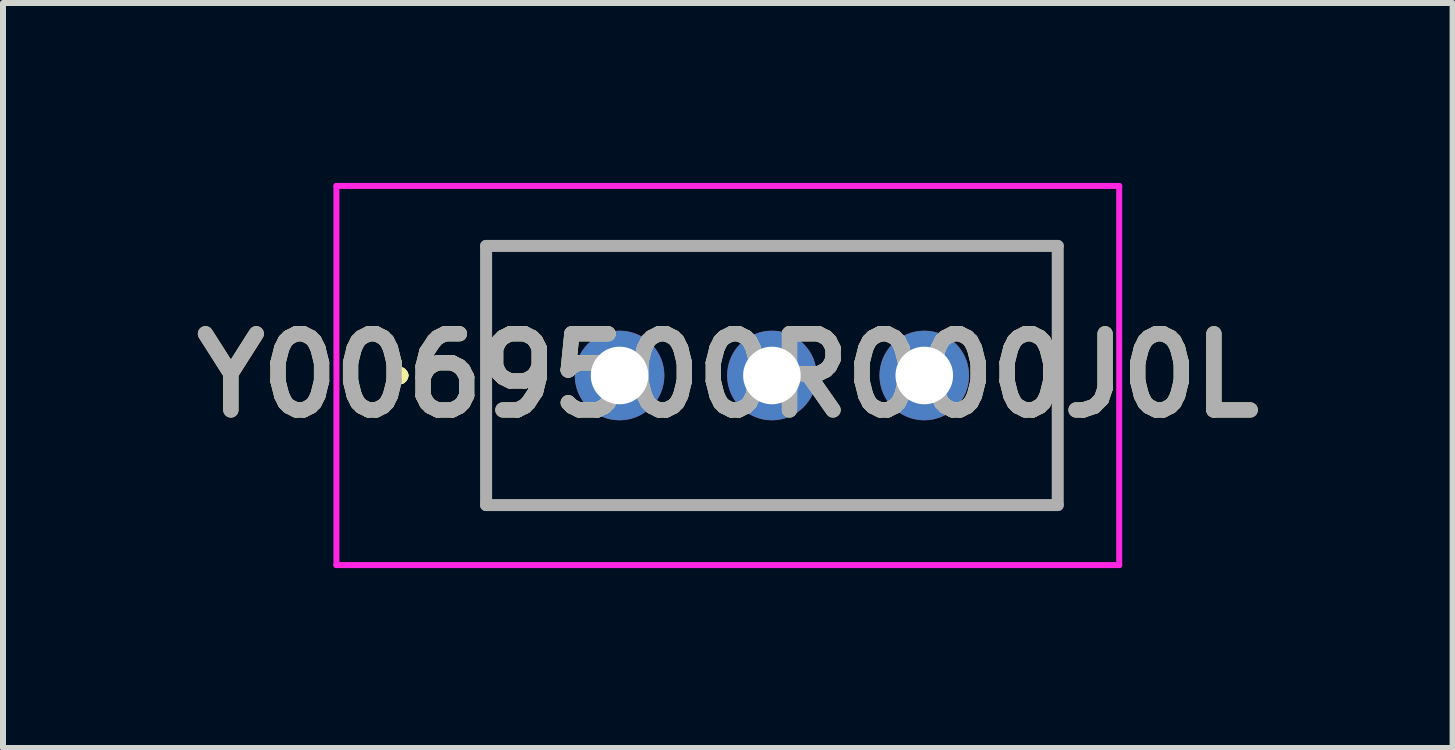
<source format=kicad_pcb>
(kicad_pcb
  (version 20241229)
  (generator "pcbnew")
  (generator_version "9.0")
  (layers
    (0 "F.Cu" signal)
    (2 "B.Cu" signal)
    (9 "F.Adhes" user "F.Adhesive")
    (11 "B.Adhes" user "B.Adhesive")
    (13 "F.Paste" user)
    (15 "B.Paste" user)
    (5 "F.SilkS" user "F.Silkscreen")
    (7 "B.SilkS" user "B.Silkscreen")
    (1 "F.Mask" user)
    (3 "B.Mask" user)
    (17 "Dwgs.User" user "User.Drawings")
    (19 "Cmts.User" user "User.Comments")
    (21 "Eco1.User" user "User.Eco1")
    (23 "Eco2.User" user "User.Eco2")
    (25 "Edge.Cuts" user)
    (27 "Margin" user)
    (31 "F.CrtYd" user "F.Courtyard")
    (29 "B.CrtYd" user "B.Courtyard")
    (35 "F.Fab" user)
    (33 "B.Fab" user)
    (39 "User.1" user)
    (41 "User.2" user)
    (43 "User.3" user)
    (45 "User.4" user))
  (footprint "Y0069500R000J0L"
    (layer "F.Cu")
    (at 7.279 3.21)
    (property "Reference" "Y0069500R000J0L" (at 1.805 0 0) (layer "F.SilkS") (effects (font (size 1.27 1.27) (thickness 0.254))))
    (attr through_hole)
    (fp_line (start -3.72 0) (end -3.72 0) (stroke (width 0.2) (type solid)) (layer "F.SilkS"))
    (fp_line (start -3.72 0) (end -3.72 0) (stroke (width 0.2) (type solid)) (layer "F.SilkS"))
    (fp_line (start -3.62 0) (end -3.62 0) (stroke (width 0.2) (type solid)) (layer "F.SilkS"))
    (fp_line (start -2.225 -2.16) (end -2.225 2.16) (stroke (width 0.1) (type solid)) (layer "F.SilkS"))
    (fp_line (start -2.225 2.16) (end 7.33 2.16) (stroke (width 0.1) (type solid)) (layer "F.SilkS"))
    (fp_line (start 7.33 -2.16) (end -2.225 -2.16) (stroke (width 0.1) (type solid)) (layer "F.SilkS"))
    (fp_line (start 7.33 2.16) (end 7.33 -2.16) (stroke (width 0.1) (type solid)) (layer "F.SilkS"))
    (fp_arc (start -3.72 0) (mid -3.67 -0.05) (end -3.62 0) (stroke (width 0.2) (type solid)) (layer "F.SilkS"))
    (fp_arc (start -3.62 0) (mid -3.67 0.05) (end -3.72 0) (stroke (width 0.2) (type solid)) (layer "F.SilkS"))
    (fp_arc (start -3.62 0) (mid -3.67 0.05) (end -3.72 0) (stroke (width 0.2) (type solid)) (layer "F.SilkS"))
    (fp_line (start -4.72 -3.16) (end 8.33 -3.16) (stroke (width 0.1) (type solid)) (layer "F.CrtYd"))
    (fp_line (start -4.72 3.16) (end -4.72 -3.16) (stroke (width 0.1) (type solid)) (layer "F.CrtYd"))
    (fp_line (start 8.33 -3.16) (end 8.33 3.16) (stroke (width 0.1) (type solid)) (layer "F.CrtYd"))
    (fp_line (start 8.33 3.16) (end -4.72 3.16) (stroke (width 0.1) (type solid)) (layer "F.CrtYd"))
    (fp_line (start -2.225 -2.16) (end -2.225 2.16) (stroke (width 0.2) (type solid)) (layer "F.Fab"))
    (fp_line (start -2.225 2.16) (end 7.305 2.16) (stroke (width 0.2) (type solid)) (layer "F.Fab"))
    (fp_line (start 7.305 -2.16) (end -2.225 -2.16) (stroke (width 0.2) (type solid)) (layer "F.Fab"))
    (fp_line (start 7.305 2.16) (end 7.305 -2.16) (stroke (width 0.2) (type solid)) (layer "F.Fab"))
    (fp_text user "${REFERENCE}" (at 1.805 0 0) (layer "F.Fab") (effects (font (size 1.27 1.27) (thickness 0.254))))
    (pad "1" thru_hole circle (at 0 0) (size 1.493 1.493) (drill 0.96) (layers "*.Cu" "*.Mask"))
    (pad "2" thru_hole circle (at 2.54 0) (size 1.493 1.493) (drill 0.96) (layers "*.Cu" "*.Mask"))
    (pad "3" thru_hole circle (at 5.08 0) (size 1.493 1.493) (drill 0.96) (layers "*.Cu" "*.Mask")))
  (gr_rect
    (start -3 -3)
    (end 21.167 9.42)
    (stroke (width 0.1) (type default))
    (fill no)
    (layer "Edge.Cuts")))
</source>
